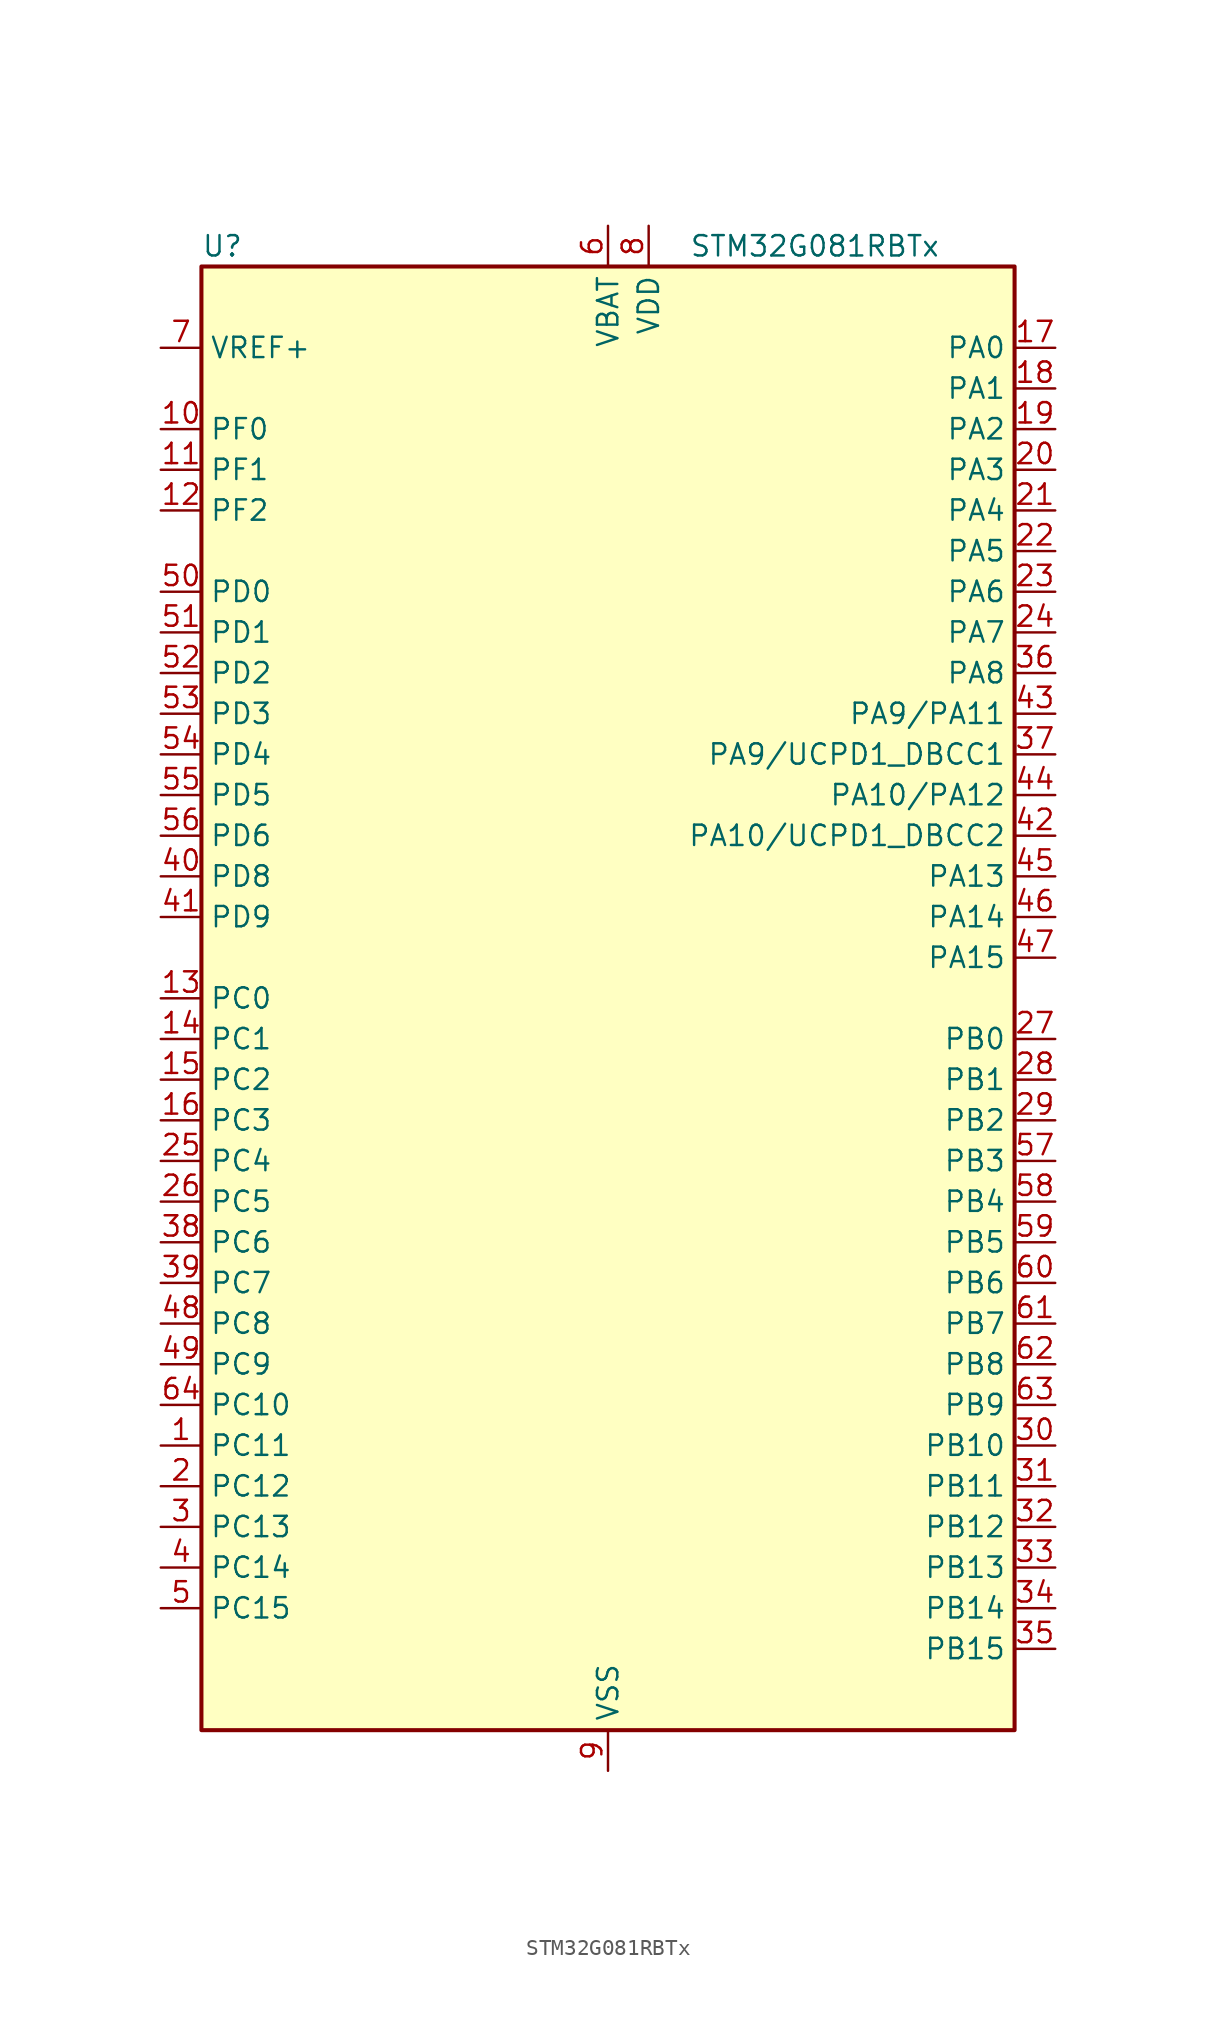
<source format=kicad_sym>
(kicad_symbol_lib
  (version 20241209)
  (generator "kicad_symbol_editor")
  (generator_version "9.0")
  (symbol "STM32G081RBTx"
    (property "Reference" "U"
      (at -25.4 46.99 0)
      (effects (font (size 1.27 1.27)) (justify left)))
    (property "Value" "STM32G081RBTx"
      (at 5.08 46.99 0)
      (effects (font (size 1.27 1.27)) (justify left)))
    (symbol "STM32G081RBTx_0_1"
      (rectangle (start -25.4 -45.72) (end 25.4 45.72) (stroke (width 0.254) (type default)) (fill (type background))))
    (symbol "STM32G081RBTx_1_1"
      (pin input line (at -27.94 40.64 0) (length 2.54) (name "VREF+" (effects (font (size 1.27 1.27)))) (number "7" (effects (font (size 1.27 1.27)))) (alternate "VREFBUF_OUT" bidirectional line))
      (pin bidirectional line (at -27.94 35.56 0) (length 2.54) (name "PF0" (effects (font (size 1.27 1.27)))) (number "10" (effects (font (size 1.27 1.27)))) (alternate "RCC_OSC_IN" bidirectional line) (alternate "TIM14_CH1" bidirectional line))
      (pin bidirectional line (at -27.94 33.02 0) (length 2.54) (name "PF1" (effects (font (size 1.27 1.27)))) (number "11" (effects (font (size 1.27 1.27)))) (alternate "RCC_OSC_EN" bidirectional line) (alternate "RCC_OSC_OUT" bidirectional line) (alternate "TIM15_CH1N" bidirectional line))
      (pin bidirectional line (at -27.94 30.48 0) (length 2.54) (name "PF2" (effects (font (size 1.27 1.27)))) (number "12" (effects (font (size 1.27 1.27)))) (alternate "RCC_MCO" bidirectional line))
      (pin bidirectional line (at -27.94 25.4 0) (length 2.54) (name "PD0" (effects (font (size 1.27 1.27)))) (number "50" (effects (font (size 1.27 1.27)))) (alternate "SPI2_NSS" bidirectional line) (alternate "TIM16_CH1" bidirectional line) (alternate "UCPD2_CC1" bidirectional line))
      (pin bidirectional line (at -27.94 22.86 0) (length 2.54) (name "PD1" (effects (font (size 1.27 1.27)))) (number "51" (effects (font (size 1.27 1.27)))) (alternate "SPI2_SCK" bidirectional line) (alternate "TIM17_CH1" bidirectional line) (alternate "UCPD2_DBCC1" bidirectional line))
      (pin bidirectional line (at -27.94 20.32 0) (length 2.54) (name "PD2" (effects (font (size 1.27 1.27)))) (number "52" (effects (font (size 1.27 1.27)))) (alternate "TIM1_CH1N" bidirectional line) (alternate "TIM3_ETR" bidirectional line) (alternate "UCPD2_CC2" bidirectional line) (alternate "USART3_CK" bidirectional line) (alternate "USART3_DE" bidirectional line) (alternate "USART3_RTS" bidirectional line))
      (pin bidirectional line (at -27.94 17.78 0) (length 2.54) (name "PD3" (effects (font (size 1.27 1.27)))) (number "53" (effects (font (size 1.27 1.27)))) (alternate "SPI2_MISO" bidirectional line) (alternate "TIM1_CH2N" bidirectional line) (alternate "UCPD2_DBCC2" bidirectional line) (alternate "USART2_CTS" bidirectional line) (alternate "USART2_NSS" bidirectional line))
      (pin bidirectional line (at -27.94 15.24 0) (length 2.54) (name "PD4" (effects (font (size 1.27 1.27)))) (number "54" (effects (font (size 1.27 1.27)))) (alternate "SPI2_MOSI" bidirectional line) (alternate "TIM1_CH3N" bidirectional line) (alternate "USART2_CK" bidirectional line) (alternate "USART2_DE" bidirectional line) (alternate "USART2_RTS" bidirectional line))
      (pin bidirectional line (at -27.94 12.7 0) (length 2.54) (name "PD5" (effects (font (size 1.27 1.27)))) (number "55" (effects (font (size 1.27 1.27)))) (alternate "I2S1_MCK" bidirectional line) (alternate "SPI1_MISO" bidirectional line) (alternate "TIM1_BK" bidirectional line) (alternate "USART2_TX" bidirectional line))
      (pin bidirectional line (at -27.94 10.16 0) (length 2.54) (name "PD6" (effects (font (size 1.27 1.27)))) (number "56" (effects (font (size 1.27 1.27)))) (alternate "I2S1_SD" bidirectional line) (alternate "LPTIM2_OUT" bidirectional line) (alternate "SPI1_MOSI" bidirectional line) (alternate "USART2_RX" bidirectional line))
      (pin bidirectional line (at -27.94 7.62 0) (length 2.54) (name "PD8" (effects (font (size 1.27 1.27)))) (number "40" (effects (font (size 1.27 1.27)))) (alternate "I2S1_CK" bidirectional line) (alternate "LPTIM1_OUT" bidirectional line) (alternate "SPI1_SCK" bidirectional line) (alternate "USART3_TX" bidirectional line))
      (pin bidirectional line (at -27.94 5.08 0) (length 2.54) (name "PD9" (effects (font (size 1.27 1.27)))) (number "41" (effects (font (size 1.27 1.27)))) (alternate "DAC1_EXTI9" bidirectional line) (alternate "I2S1_WS" bidirectional line) (alternate "SPI1_NSS" bidirectional line) (alternate "TIM1_BK2" bidirectional line) (alternate "USART3_RX" bidirectional line))
      (pin bidirectional line (at -27.94 0 0) (length 2.54) (name "PC0" (effects (font (size 1.27 1.27)))) (number "13" (effects (font (size 1.27 1.27)))) (alternate "LPTIM1_IN1" bidirectional line) (alternate "LPTIM2_IN1" bidirectional line) (alternate "LPUART1_RX" bidirectional line))
      (pin bidirectional line (at -27.94 -2.54 0) (length 2.54) (name "PC1" (effects (font (size 1.27 1.27)))) (number "14" (effects (font (size 1.27 1.27)))) (alternate "LPTIM1_OUT" bidirectional line) (alternate "LPUART1_TX" bidirectional line) (alternate "TIM15_CH1" bidirectional line))
      (pin bidirectional line (at -27.94 -5.08 0) (length 2.54) (name "PC2" (effects (font (size 1.27 1.27)))) (number "15" (effects (font (size 1.27 1.27)))) (alternate "LPTIM1_IN2" bidirectional line) (alternate "SPI2_MISO" bidirectional line) (alternate "TIM15_CH2" bidirectional line))
      (pin bidirectional line (at -27.94 -7.62 0) (length 2.54) (name "PC3" (effects (font (size 1.27 1.27)))) (number "16" (effects (font (size 1.27 1.27)))) (alternate "LPTIM1_ETR" bidirectional line) (alternate "LPTIM2_ETR" bidirectional line) (alternate "SPI2_MOSI" bidirectional line))
      (pin bidirectional line (at -27.94 -10.16 0) (length 2.54) (name "PC4" (effects (font (size 1.27 1.27)))) (number "25" (effects (font (size 1.27 1.27)))) (alternate "ADC1_IN17" bidirectional line) (alternate "COMP1_INM" bidirectional line) (alternate "TIM2_CH1" bidirectional line) (alternate "TIM2_ETR" bidirectional line) (alternate "USART1_TX" bidirectional line) (alternate "USART3_TX" bidirectional line))
      (pin bidirectional line (at -27.94 -12.7 0) (length 2.54) (name "PC5" (effects (font (size 1.27 1.27)))) (number "26" (effects (font (size 1.27 1.27)))) (alternate "ADC1_IN18" bidirectional line) (alternate "COMP1_INP" bidirectional line) (alternate "SYS_WKUP5" bidirectional line) (alternate "TIM2_CH2" bidirectional line) (alternate "USART1_RX" bidirectional line) (alternate "USART3_RX" bidirectional line))
      (pin bidirectional line (at -27.94 -15.24 0) (length 2.54) (name "PC6" (effects (font (size 1.27 1.27)))) (number "38" (effects (font (size 1.27 1.27)))) (alternate "TIM2_CH3" bidirectional line) (alternate "TIM3_CH1" bidirectional line) (alternate "UCPD1_FRSTX1" bidirectional line) (alternate "UCPD1_FRSTX2" bidirectional line))
      (pin bidirectional line (at -27.94 -17.78 0) (length 2.54) (name "PC7" (effects (font (size 1.27 1.27)))) (number "39" (effects (font (size 1.27 1.27)))) (alternate "TIM2_CH4" bidirectional line) (alternate "TIM3_CH2" bidirectional line) (alternate "UCPD2_FRSTX1" bidirectional line) (alternate "UCPD2_FRSTX2" bidirectional line))
      (pin bidirectional line (at -27.94 -20.32 0) (length 2.54) (name "PC8" (effects (font (size 1.27 1.27)))) (number "48" (effects (font (size 1.27 1.27)))) (alternate "TIM1_CH1" bidirectional line) (alternate "TIM3_CH3" bidirectional line) (alternate "UCPD2_FRSTX1" bidirectional line) (alternate "UCPD2_FRSTX2" bidirectional line))
      (pin bidirectional line (at -27.94 -22.86 0) (length 2.54) (name "PC9" (effects (font (size 1.27 1.27)))) (number "49" (effects (font (size 1.27 1.27)))) (alternate "DAC1_EXTI9" bidirectional line) (alternate "I2S_CKIN" bidirectional line) (alternate "TIM1_CH2" bidirectional line) (alternate "TIM3_CH4" bidirectional line))
      (pin bidirectional line (at -27.94 -25.4 0) (length 2.54) (name "PC10" (effects (font (size 1.27 1.27)))) (number "64" (effects (font (size 1.27 1.27)))) (alternate "TIM1_CH3" bidirectional line) (alternate "USART3_TX" bidirectional line) (alternate "USART4_TX" bidirectional line))
      (pin bidirectional line (at -27.94 -27.94 0) (length 2.54) (name "PC11" (effects (font (size 1.27 1.27)))) (number "1" (effects (font (size 1.27 1.27)))) (alternate "ADC1_EXTI11" bidirectional line) (alternate "TIM1_CH4" bidirectional line) (alternate "USART3_RX" bidirectional line) (alternate "USART4_RX" bidirectional line))
      (pin bidirectional line (at -27.94 -30.48 0) (length 2.54) (name "PC12" (effects (font (size 1.27 1.27)))) (number "2" (effects (font (size 1.27 1.27)))) (alternate "LPTIM1_IN1" bidirectional line) (alternate "TIM14_CH1" bidirectional line) (alternate "UCPD1_FRSTX1" bidirectional line) (alternate "UCPD1_FRSTX2" bidirectional line))
      (pin bidirectional line (at -27.94 -33.02 0) (length 2.54) (name "PC13" (effects (font (size 1.27 1.27)))) (number "3" (effects (font (size 1.27 1.27)))) (alternate "RTC_OUT_ALARM" bidirectional line) (alternate "RTC_OUT_CALIB" bidirectional line) (alternate "RTC_TAMP_IN1" bidirectional line) (alternate "RTC_TS" bidirectional line) (alternate "SYS_WKUP2" bidirectional line) (alternate "TIM1_BK" bidirectional line))
      (pin bidirectional line (at -27.94 -35.56 0) (length 2.54) (name "PC14" (effects (font (size 1.27 1.27)))) (number "4" (effects (font (size 1.27 1.27)))) (alternate "RCC_OSC32_IN" bidirectional line) (alternate "TIM1_BK2" bidirectional line))
      (pin bidirectional line (at -27.94 -38.1 0) (length 2.54) (name "PC15" (effects (font (size 1.27 1.27)))) (number "5" (effects (font (size 1.27 1.27)))) (alternate "RCC_OSC32_EN" bidirectional line) (alternate "RCC_OSC32_OUT" bidirectional line) (alternate "RCC_OSC_EN" bidirectional line) (alternate "TIM15_BK" bidirectional line))
      (pin power_in line (at 0 48.26 270) (length 2.54) (name "VBAT" (effects (font (size 1.27 1.27)))) (number "6" (effects (font (size 1.27 1.27)))))
      (pin power_in line (at 0 -48.26 90) (length 2.54) (name "VSS" (effects (font (size 1.27 1.27)))) (number "9" (effects (font (size 1.27 1.27)))))
      (pin power_in line (at 2.54 48.26 270) (length 2.54) (name "VDD" (effects (font (size 1.27 1.27)))) (number "8" (effects (font (size 1.27 1.27)))))
      (pin bidirectional line (at 27.94 40.64 180) (length 2.54) (name "PA0" (effects (font (size 1.27 1.27)))) (number "17" (effects (font (size 1.27 1.27)))) (alternate "ADC1_IN0" bidirectional line) (alternate "COMP1_INM" bidirectional line) (alternate "COMP1_OUT" bidirectional line) (alternate "LPTIM1_OUT" bidirectional line) (alternate "RTC_TAMP_IN2" bidirectional line) (alternate "SPI2_SCK" bidirectional line) (alternate "SYS_WKUP1" bidirectional line) (alternate "TIM2_CH1" bidirectional line) (alternate "TIM2_ETR" bidirectional line) (alternate "UCPD2_FRSTX1" bidirectional line) (alternate "UCPD2_FRSTX2" bidirectional line) (alternate "USART2_CTS" bidirectional line) (alternate "USART2_NSS" bidirectional line) (alternate "USART4_TX" bidirectional line))
      (pin bidirectional line (at 27.94 38.1 180) (length 2.54) (name "PA1" (effects (font (size 1.27 1.27)))) (number "18" (effects (font (size 1.27 1.27)))) (alternate "ADC1_IN1" bidirectional line) (alternate "COMP1_INP" bidirectional line) (alternate "I2C1_SMBA" bidirectional line) (alternate "I2S1_CK" bidirectional line) (alternate "SPI1_SCK" bidirectional line) (alternate "TIM15_CH1N" bidirectional line) (alternate "TIM2_CH2" bidirectional line) (alternate "USART2_CK" bidirectional line) (alternate "USART2_DE" bidirectional line) (alternate "USART2_RTS" bidirectional line) (alternate "USART4_RX" bidirectional line))
      (pin bidirectional line (at 27.94 35.56 180) (length 2.54) (name "PA2" (effects (font (size 1.27 1.27)))) (number "19" (effects (font (size 1.27 1.27)))) (alternate "ADC1_IN2" bidirectional line) (alternate "COMP2_INM" bidirectional line) (alternate "COMP2_OUT" bidirectional line) (alternate "I2S1_SD" bidirectional line) (alternate "LPUART1_TX" bidirectional line) (alternate "RCC_LSCO" bidirectional line) (alternate "SPI1_MOSI" bidirectional line) (alternate "SYS_WKUP4" bidirectional line) (alternate "TIM15_CH1" bidirectional line) (alternate "TIM2_CH3" bidirectional line) (alternate "UCPD1_FRSTX1" bidirectional line) (alternate "UCPD1_FRSTX2" bidirectional line) (alternate "USART2_TX" bidirectional line))
      (pin bidirectional line (at 27.94 33.02 180) (length 2.54) (name "PA3" (effects (font (size 1.27 1.27)))) (number "20" (effects (font (size 1.27 1.27)))) (alternate "ADC1_IN3" bidirectional line) (alternate "COMP2_INP" bidirectional line) (alternate "LPUART1_RX" bidirectional line) (alternate "SPI2_MISO" bidirectional line) (alternate "TIM15_CH2" bidirectional line) (alternate "TIM2_CH4" bidirectional line) (alternate "UCPD2_FRSTX1" bidirectional line) (alternate "UCPD2_FRSTX2" bidirectional line) (alternate "USART2_RX" bidirectional line))
      (pin bidirectional line (at 27.94 30.48 180) (length 2.54) (name "PA4" (effects (font (size 1.27 1.27)))) (number "21" (effects (font (size 1.27 1.27)))) (alternate "ADC1_IN4" bidirectional line) (alternate "DAC1_OUT1" bidirectional line) (alternate "I2S1_WS" bidirectional line) (alternate "LPTIM2_OUT" bidirectional line) (alternate "RTC_OUT_ALARM" bidirectional line) (alternate "RTC_OUT_CALIB" bidirectional line) (alternate "SPI1_NSS" bidirectional line) (alternate "SPI2_MOSI" bidirectional line) (alternate "TIM14_CH1" bidirectional line) (alternate "UCPD2_FRSTX1" bidirectional line) (alternate "UCPD2_FRSTX2" bidirectional line))
      (pin bidirectional line (at 27.94 27.94 180) (length 2.54) (name "PA5" (effects (font (size 1.27 1.27)))) (number "22" (effects (font (size 1.27 1.27)))) (alternate "ADC1_IN5" bidirectional line) (alternate "CEC" bidirectional line) (alternate "DAC1_OUT2" bidirectional line) (alternate "I2S1_CK" bidirectional line) (alternate "LPTIM2_ETR" bidirectional line) (alternate "SPI1_SCK" bidirectional line) (alternate "TIM2_CH1" bidirectional line) (alternate "TIM2_ETR" bidirectional line) (alternate "UCPD1_FRSTX1" bidirectional line) (alternate "UCPD1_FRSTX2" bidirectional line) (alternate "USART3_TX" bidirectional line))
      (pin bidirectional line (at 27.94 25.4 180) (length 2.54) (name "PA6" (effects (font (size 1.27 1.27)))) (number "23" (effects (font (size 1.27 1.27)))) (alternate "ADC1_IN6" bidirectional line) (alternate "COMP1_OUT" bidirectional line) (alternate "I2S1_MCK" bidirectional line) (alternate "LPUART1_CTS" bidirectional line) (alternate "SPI1_MISO" bidirectional line) (alternate "TIM16_CH1" bidirectional line) (alternate "TIM1_BK" bidirectional line) (alternate "TIM3_CH1" bidirectional line) (alternate "USART3_CTS" bidirectional line) (alternate "USART3_NSS" bidirectional line))
      (pin bidirectional line (at 27.94 22.86 180) (length 2.54) (name "PA7" (effects (font (size 1.27 1.27)))) (number "24" (effects (font (size 1.27 1.27)))) (alternate "ADC1_IN7" bidirectional line) (alternate "COMP2_OUT" bidirectional line) (alternate "I2S1_SD" bidirectional line) (alternate "SPI1_MOSI" bidirectional line) (alternate "TIM14_CH1" bidirectional line) (alternate "TIM17_CH1" bidirectional line) (alternate "TIM1_CH1N" bidirectional line) (alternate "TIM3_CH2" bidirectional line) (alternate "UCPD1_FRSTX1" bidirectional line) (alternate "UCPD1_FRSTX2" bidirectional line))
      (pin bidirectional line (at 27.94 20.32 180) (length 2.54) (name "PA8" (effects (font (size 1.27 1.27)))) (number "36" (effects (font (size 1.27 1.27)))) (alternate "LPTIM2_OUT" bidirectional line) (alternate "RCC_MCO" bidirectional line) (alternate "SPI2_NSS" bidirectional line) (alternate "TIM1_CH1" bidirectional line) (alternate "UCPD1_CC1" bidirectional line))
      (pin bidirectional line (at 27.94 17.78 180) (length 2.54) (name "PA9/PA11" (effects (font (size 1.27 1.27)))) (number "43" (effects (font (size 1.27 1.27)))) (alternate "ADC1_EXTI11 (PA11)" bidirectional line) (alternate "COMP1_OUT (PA11)" bidirectional line) (alternate "DAC1_EXTI9 (PA9)" bidirectional line) (alternate "I2C1_SCL (PA9)" bidirectional line) (alternate "I2C2_SCL (PA11)" bidirectional line) (alternate "I2S1_MCK (PA11)" bidirectional line) (alternate "PA11" bidirectional line) (alternate "PA9" bidirectional line) (alternate "RCC_MCO (PA9)" bidirectional line) (alternate "SPI1_MISO (PA11)" bidirectional line) (alternate "SPI2_MISO (PA9)" bidirectional line) (alternate "TIM15_BK (PA9)" bidirectional line) (alternate "TIM1_BK2 (PA11)" bidirectional line) (alternate "TIM1_CH2 (PA9)" bidirectional line) (alternate "TIM1_CH4 (PA11)" bidirectional line) (alternate "USART1_CTS (PA11)" bidirectional line) (alternate "USART1_NSS (PA11)" bidirectional line) (alternate "USART1_TX (PA9)" bidirectional line))
      (pin bidirectional line (at 27.94 15.24 180) (length 2.54) (name "PA9/UCPD1_DBCC1" (effects (font (size 1.27 1.27)))) (number "37" (effects (font (size 1.27 1.27)))) (alternate "DAC1_EXTI9 (PA9)" bidirectional line) (alternate "I2C1_SCL (PA9)" bidirectional line) (alternate "PA9" bidirectional line) (alternate "RCC_MCO (PA9)" bidirectional line) (alternate "SPI2_MISO (PA9)" bidirectional line) (alternate "TIM15_BK (PA9)" bidirectional line) (alternate "TIM1_CH2 (PA9)" bidirectional line) (alternate "UCPD1_DBCC1" bidirectional line) (alternate "UCPD1_DBCC1 (PA9)" bidirectional line) (alternate "UCPD1_DBCC1 (UCPD1_DBCC1)" bidirectional line) (alternate "USART1_TX (PA9)" bidirectional line))
      (pin bidirectional line (at 27.94 12.7 180) (length 2.54) (name "PA10/PA12" (effects (font (size 1.27 1.27)))) (number "44" (effects (font (size 1.27 1.27)))) (alternate "COMP2_OUT (PA12)" bidirectional line) (alternate "I2C1_SDA (PA10)" bidirectional line) (alternate "I2C2_SDA (PA12)" bidirectional line) (alternate "I2S1_SD (PA12)" bidirectional line) (alternate "I2S_CKIN (PA12)" bidirectional line) (alternate "PA10" bidirectional line) (alternate "PA12" bidirectional line) (alternate "SPI1_MOSI (PA12)" bidirectional line) (alternate "SPI2_MOSI (PA10)" bidirectional line) (alternate "TIM17_BK (PA10)" bidirectional line) (alternate "TIM1_CH3 (PA10)" bidirectional line) (alternate "TIM1_ETR (PA12)" bidirectional line) (alternate "USART1_CK (PA12)" bidirectional line) (alternate "USART1_DE (PA12)" bidirectional line) (alternate "USART1_RTS (PA12)" bidirectional line) (alternate "USART1_RX (PA10)" bidirectional line))
      (pin bidirectional line (at 27.94 10.16 180) (length 2.54) (name "PA10/UCPD1_DBCC2" (effects (font (size 1.27 1.27)))) (number "42" (effects (font (size 1.27 1.27)))) (alternate "I2C1_SDA (PA10)" bidirectional line) (alternate "PA10" bidirectional line) (alternate "SPI2_MOSI (PA10)" bidirectional line) (alternate "TIM17_BK (PA10)" bidirectional line) (alternate "TIM1_CH3 (PA10)" bidirectional line) (alternate "UCPD1_DBCC2" bidirectional line) (alternate "UCPD1_DBCC2 (PA10)" bidirectional line) (alternate "UCPD1_DBCC2 (UCPD1_DBCC2)" bidirectional line) (alternate "USART1_RX (PA10)" bidirectional line))
      (pin bidirectional line (at 27.94 7.62 180) (length 2.54) (name "PA13" (effects (font (size 1.27 1.27)))) (number "45" (effects (font (size 1.27 1.27)))) (alternate "IR_OUT" bidirectional line) (alternate "SYS_SWDIO" bidirectional line))
      (pin bidirectional line (at 27.94 5.08 180) (length 2.54) (name "PA14" (effects (font (size 1.27 1.27)))) (number "46" (effects (font (size 1.27 1.27)))) (alternate "SYS_SWCLK" bidirectional line) (alternate "USART2_TX" bidirectional line))
      (pin bidirectional line (at 27.94 2.54 180) (length 2.54) (name "PA15" (effects (font (size 1.27 1.27)))) (number "47" (effects (font (size 1.27 1.27)))) (alternate "I2S1_WS" bidirectional line) (alternate "SPI1_NSS" bidirectional line) (alternate "TIM2_CH1" bidirectional line) (alternate "TIM2_ETR" bidirectional line) (alternate "USART2_RX" bidirectional line) (alternate "USART3_CK" bidirectional line) (alternate "USART3_DE" bidirectional line) (alternate "USART3_RTS" bidirectional line) (alternate "USART4_CK" bidirectional line) (alternate "USART4_DE" bidirectional line) (alternate "USART4_RTS" bidirectional line))
      (pin bidirectional line (at 27.94 -2.54 180) (length 2.54) (name "PB0" (effects (font (size 1.27 1.27)))) (number "27" (effects (font (size 1.27 1.27)))) (alternate "ADC1_IN8" bidirectional line) (alternate "COMP1_OUT" bidirectional line) (alternate "I2S1_WS" bidirectional line) (alternate "LPTIM1_OUT" bidirectional line) (alternate "SPI1_NSS" bidirectional line) (alternate "TIM1_CH2N" bidirectional line) (alternate "TIM3_CH3" bidirectional line) (alternate "UCPD1_FRSTX1" bidirectional line) (alternate "UCPD1_FRSTX2" bidirectional line) (alternate "USART3_RX" bidirectional line))
      (pin bidirectional line (at 27.94 -5.08 180) (length 2.54) (name "PB1" (effects (font (size 1.27 1.27)))) (number "28" (effects (font (size 1.27 1.27)))) (alternate "ADC1_IN9" bidirectional line) (alternate "COMP1_INM" bidirectional line) (alternate "LPTIM2_IN1" bidirectional line) (alternate "LPUART1_DE" bidirectional line) (alternate "LPUART1_RTS" bidirectional line) (alternate "TIM14_CH1" bidirectional line) (alternate "TIM1_CH3N" bidirectional line) (alternate "TIM3_CH4" bidirectional line) (alternate "USART3_CK" bidirectional line) (alternate "USART3_DE" bidirectional line) (alternate "USART3_RTS" bidirectional line))
      (pin bidirectional line (at 27.94 -7.62 180) (length 2.54) (name "PB2" (effects (font (size 1.27 1.27)))) (number "29" (effects (font (size 1.27 1.27)))) (alternate "ADC1_IN10" bidirectional line) (alternate "COMP1_INP" bidirectional line) (alternate "LPTIM1_OUT" bidirectional line) (alternate "SPI2_MISO" bidirectional line) (alternate "USART3_TX" bidirectional line))
      (pin bidirectional line (at 27.94 -10.16 180) (length 2.54) (name "PB3" (effects (font (size 1.27 1.27)))) (number "57" (effects (font (size 1.27 1.27)))) (alternate "COMP2_INM" bidirectional line) (alternate "I2S1_CK" bidirectional line) (alternate "SPI1_SCK" bidirectional line) (alternate "TIM1_CH2" bidirectional line) (alternate "TIM2_CH2" bidirectional line) (alternate "USART1_CK" bidirectional line) (alternate "USART1_DE" bidirectional line) (alternate "USART1_RTS" bidirectional line))
      (pin bidirectional line (at 27.94 -12.7 180) (length 2.54) (name "PB4" (effects (font (size 1.27 1.27)))) (number "58" (effects (font (size 1.27 1.27)))) (alternate "COMP2_INP" bidirectional line) (alternate "I2S1_MCK" bidirectional line) (alternate "SPI1_MISO" bidirectional line) (alternate "TIM17_BK" bidirectional line) (alternate "TIM3_CH1" bidirectional line) (alternate "USART1_CTS" bidirectional line) (alternate "USART1_NSS" bidirectional line))
      (pin bidirectional line (at 27.94 -15.24 180) (length 2.54) (name "PB5" (effects (font (size 1.27 1.27)))) (number "59" (effects (font (size 1.27 1.27)))) (alternate "COMP2_OUT" bidirectional line) (alternate "I2C1_SMBA" bidirectional line) (alternate "I2S1_SD" bidirectional line) (alternate "LPTIM1_IN1" bidirectional line) (alternate "SPI1_MOSI" bidirectional line) (alternate "SYS_WKUP6" bidirectional line) (alternate "TIM16_BK" bidirectional line) (alternate "TIM3_CH2" bidirectional line))
      (pin bidirectional line (at 27.94 -17.78 180) (length 2.54) (name "PB6" (effects (font (size 1.27 1.27)))) (number "60" (effects (font (size 1.27 1.27)))) (alternate "COMP2_INP" bidirectional line) (alternate "I2C1_SCL" bidirectional line) (alternate "LPTIM1_ETR" bidirectional line) (alternate "SPI2_MISO" bidirectional line) (alternate "TIM16_CH1N" bidirectional line) (alternate "TIM1_CH3" bidirectional line) (alternate "USART1_TX" bidirectional line))
      (pin bidirectional line (at 27.94 -20.32 180) (length 2.54) (name "PB7" (effects (font (size 1.27 1.27)))) (number "61" (effects (font (size 1.27 1.27)))) (alternate "COMP2_INM" bidirectional line) (alternate "I2C1_SDA" bidirectional line) (alternate "LPTIM1_IN2" bidirectional line) (alternate "SPI2_MOSI" bidirectional line) (alternate "SYS_PVD_IN" bidirectional line) (alternate "TIM17_CH1N" bidirectional line) (alternate "USART1_RX" bidirectional line) (alternate "USART4_CTS" bidirectional line) (alternate "USART4_NSS" bidirectional line))
      (pin bidirectional line (at 27.94 -22.86 180) (length 2.54) (name "PB8" (effects (font (size 1.27 1.27)))) (number "62" (effects (font (size 1.27 1.27)))) (alternate "CEC" bidirectional line) (alternate "I2C1_SCL" bidirectional line) (alternate "SPI2_SCK" bidirectional line) (alternate "TIM15_BK" bidirectional line) (alternate "TIM16_CH1" bidirectional line) (alternate "USART3_TX" bidirectional line))
      (pin bidirectional line (at 27.94 -25.4 180) (length 2.54) (name "PB9" (effects (font (size 1.27 1.27)))) (number "63" (effects (font (size 1.27 1.27)))) (alternate "DAC1_EXTI9" bidirectional line) (alternate "I2C1_SDA" bidirectional line) (alternate "IR_OUT" bidirectional line) (alternate "SPI2_NSS" bidirectional line) (alternate "TIM17_CH1" bidirectional line) (alternate "UCPD2_FRSTX1" bidirectional line) (alternate "UCPD2_FRSTX2" bidirectional line) (alternate "USART3_RX" bidirectional line))
      (pin bidirectional line (at 27.94 -27.94 180) (length 2.54) (name "PB10" (effects (font (size 1.27 1.27)))) (number "30" (effects (font (size 1.27 1.27)))) (alternate "ADC1_IN11" bidirectional line) (alternate "CEC" bidirectional line) (alternate "COMP1_OUT" bidirectional line) (alternate "I2C2_SCL" bidirectional line) (alternate "LPUART1_RX" bidirectional line) (alternate "SPI2_SCK" bidirectional line) (alternate "TIM2_CH3" bidirectional line) (alternate "USART3_TX" bidirectional line))
      (pin bidirectional line (at 27.94 -30.48 180) (length 2.54) (name "PB11" (effects (font (size 1.27 1.27)))) (number "31" (effects (font (size 1.27 1.27)))) (alternate "ADC1_EXTI11" bidirectional line) (alternate "ADC1_IN15" bidirectional line) (alternate "COMP2_OUT" bidirectional line) (alternate "I2C2_SDA" bidirectional line) (alternate "LPUART1_TX" bidirectional line) (alternate "SPI2_MOSI" bidirectional line) (alternate "TIM2_CH4" bidirectional line) (alternate "USART3_RX" bidirectional line))
      (pin bidirectional line (at 27.94 -33.02 180) (length 2.54) (name "PB12" (effects (font (size 1.27 1.27)))) (number "32" (effects (font (size 1.27 1.27)))) (alternate "ADC1_IN16" bidirectional line) (alternate "LPUART1_DE" bidirectional line) (alternate "LPUART1_RTS" bidirectional line) (alternate "SPI2_NSS" bidirectional line) (alternate "TIM15_BK" bidirectional line) (alternate "TIM1_BK" bidirectional line) (alternate "UCPD2_FRSTX1" bidirectional line) (alternate "UCPD2_FRSTX2" bidirectional line))
      (pin bidirectional line (at 27.94 -35.56 180) (length 2.54) (name "PB13" (effects (font (size 1.27 1.27)))) (number "33" (effects (font (size 1.27 1.27)))) (alternate "I2C2_SCL" bidirectional line) (alternate "LPUART1_CTS" bidirectional line) (alternate "SPI2_SCK" bidirectional line) (alternate "TIM15_CH1N" bidirectional line) (alternate "TIM1_CH1N" bidirectional line) (alternate "USART3_CTS" bidirectional line) (alternate "USART3_NSS" bidirectional line))
      (pin bidirectional line (at 27.94 -38.1 180) (length 2.54) (name "PB14" (effects (font (size 1.27 1.27)))) (number "34" (effects (font (size 1.27 1.27)))) (alternate "I2C2_SDA" bidirectional line) (alternate "SPI2_MISO" bidirectional line) (alternate "TIM15_CH1" bidirectional line) (alternate "TIM1_CH2N" bidirectional line) (alternate "UCPD1_FRSTX1" bidirectional line) (alternate "UCPD1_FRSTX2" bidirectional line) (alternate "USART3_CK" bidirectional line) (alternate "USART3_DE" bidirectional line) (alternate "USART3_RTS" bidirectional line))
      (pin bidirectional line (at 27.94 -40.64 180) (length 2.54) (name "PB15" (effects (font (size 1.27 1.27)))) (number "35" (effects (font (size 1.27 1.27)))) (alternate "RTC_REFIN" bidirectional line) (alternate "SPI2_MOSI" bidirectional line) (alternate "TIM15_CH1N" bidirectional line) (alternate "TIM15_CH2" bidirectional line) (alternate "TIM1_CH3N" bidirectional line) (alternate "UCPD1_CC2" bidirectional line)))))
</source>
